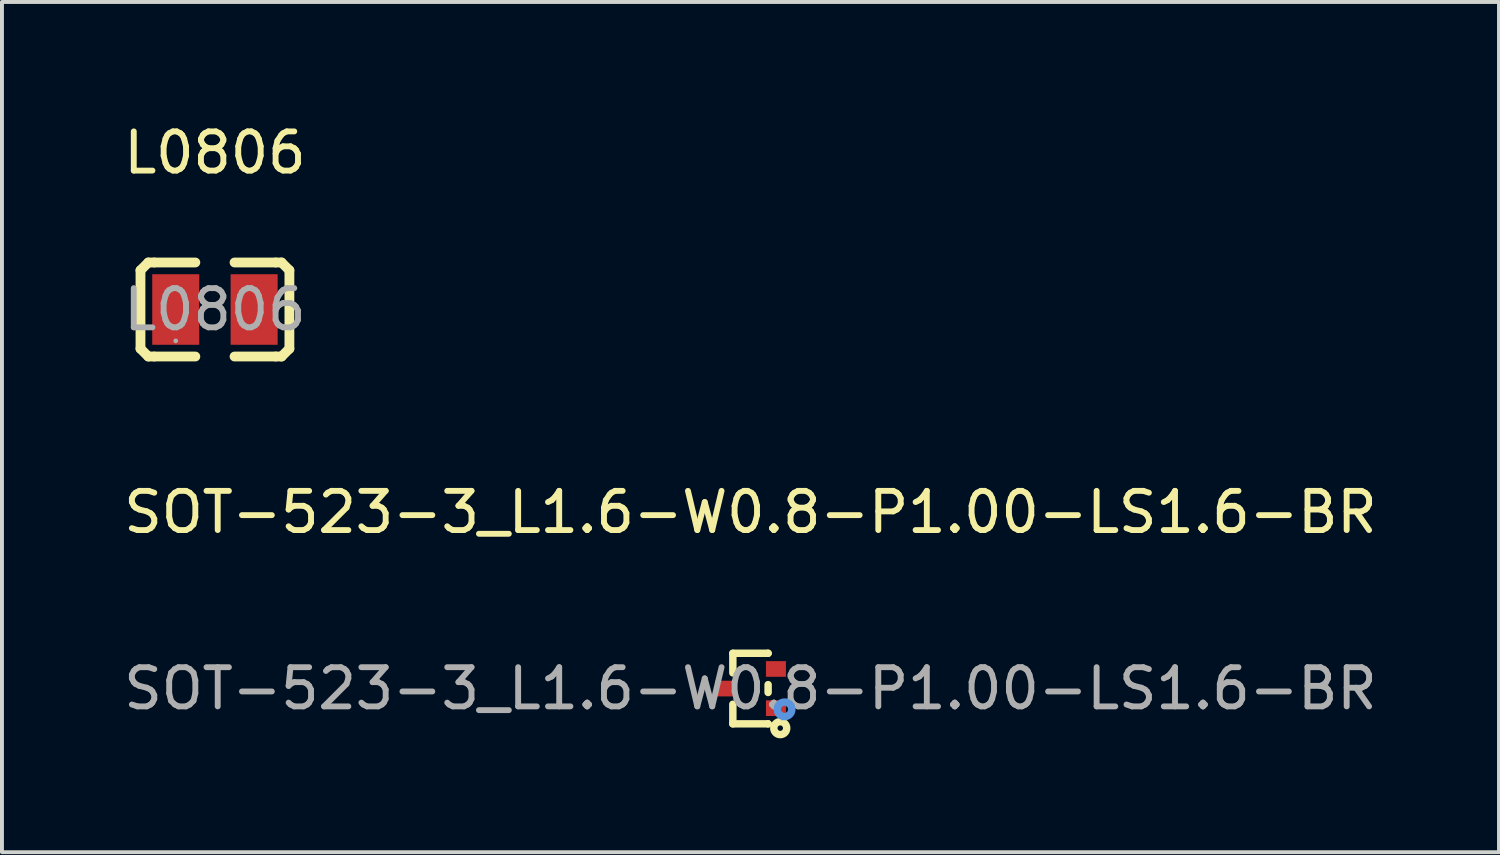
<source format=kicad_pcb>
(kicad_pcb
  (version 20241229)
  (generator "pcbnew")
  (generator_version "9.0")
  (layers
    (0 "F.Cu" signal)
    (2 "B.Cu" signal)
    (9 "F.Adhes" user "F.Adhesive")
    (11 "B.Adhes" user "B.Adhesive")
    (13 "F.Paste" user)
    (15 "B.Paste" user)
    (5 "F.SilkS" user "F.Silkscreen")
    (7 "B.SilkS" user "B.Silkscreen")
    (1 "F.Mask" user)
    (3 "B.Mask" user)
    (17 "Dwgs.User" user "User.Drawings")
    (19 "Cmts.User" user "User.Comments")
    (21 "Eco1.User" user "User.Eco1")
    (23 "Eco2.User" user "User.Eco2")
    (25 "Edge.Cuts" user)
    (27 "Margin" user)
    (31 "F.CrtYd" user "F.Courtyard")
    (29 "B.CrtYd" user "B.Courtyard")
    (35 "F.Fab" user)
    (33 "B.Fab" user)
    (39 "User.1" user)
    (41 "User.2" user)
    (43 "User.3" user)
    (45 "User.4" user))
  (footprint "SOT-523-3_L1.6-W0.8-P1.00-LS1.6-BR"
    (layer "F.Cu")
    (at 16.101 14.521)
    (property "Reference" "SOT-523-3_L1.6-W0.8-P1.00-LS1.6-BR" (at 0 -4.5 0) (layer "F.SilkS") (effects (font (size 1 1) (thickness 0.15))))
    (attr smd)
    (fp_line (start -0.45 -0.9) (end 0.45 -0.9) (stroke (width 0.19) (type solid)) (layer "F.SilkS"))
    (fp_line (start -0.45 -0.4) (end -0.45 -0.9) (stroke (width 0.19) (type solid)) (layer "F.SilkS"))
    (fp_line (start -0.45 0.9) (end -0.45 0.4) (stroke (width 0.19) (type solid)) (layer "F.SilkS"))
    (fp_line (start -0.45 0.9) (end 0.45 0.9) (stroke (width 0.19) (type solid)) (layer "F.SilkS"))
    (fp_line (start 0.45 -0.9) (end 0.45 -0.9) (stroke (width 0.19) (type solid)) (layer "F.SilkS"))
    (fp_line (start 0.45 0.1) (end 0.45 -0.1) (stroke (width 0.19) (type solid)) (layer "F.SilkS"))
    (fp_line (start 0.45 0.9) (end 0.45 0.9) (stroke (width 0.19) (type solid)) (layer "F.SilkS"))
    (fp_circle (center 0.76 1.01) (end 0.83 1.01) (stroke (width 0.19) (type solid)) (fill no) (layer "F.SilkS"))
    (fp_circle (center 0.87 0.53) (end 0.96 0.53) (stroke (width 0.19) (type solid)) (fill no) (layer "Cmts.User"))
    (fp_circle (center 0.8 0.8) (end 0.81 0.8) (stroke (width 0.02) (type solid)) (fill no) (layer "F.Fab"))
    (fp_text user "${REFERENCE}" (at 0 0 0) (layer "F.Fab") (effects (font (size 1 1) (thickness 0.15))))
    (pad "1" smd rect (at 0.65 0.5 90) (size 0.4 0.51) (layers "F.Cu" "F.Mask" "F.Paste"))
    (pad "2" smd rect (at 0.65 -0.5 90) (size 0.4 0.51) (layers "F.Cu" "F.Mask" "F.Paste"))
    (pad "3" smd rect (at -0.65 0 90) (size 0.4 0.51) (layers "F.Cu" "F.Mask" "F.Paste")))
  (footprint "L0806"
    (layer "F.Cu")
    (at 2.435 4.848)
    (property "Reference" "L0806" (at 0 -4 0) (layer "F.SilkS") (effects (font (size 1 1) (thickness 0.15))))
    (attr through_hole)
    (fp_line (start -1.9 -1) (end -1.9 1) (stroke (width 0.25) (type solid)) (layer "F.SilkS"))
    (fp_line (start -1.7 -1.2) (end -1.9 -1) (stroke (width 0.25) (type solid)) (layer "F.SilkS"))
    (fp_line (start -1.7 1.2) (end -1.9 1) (stroke (width 0.25) (type solid)) (layer "F.SilkS"))
    (fp_line (start -1.55 -1.2) (end -1.7 -1.2) (stroke (width 0.25) (type solid)) (layer "F.SilkS"))
    (fp_line (start -1.55 1.2) (end -1.7 1.2) (stroke (width 0.25) (type solid)) (layer "F.SilkS"))
    (fp_line (start -0.5 -1.2) (end -1.55 -1.2) (stroke (width 0.25) (type solid)) (layer "F.SilkS"))
    (fp_line (start -0.5 1.2) (end -1.55 1.2) (stroke (width 0.25) (type solid)) (layer "F.SilkS"))
    (fp_line (start 0.5 -1.2) (end 1.55 -1.2) (stroke (width 0.25) (type solid)) (layer "F.SilkS"))
    (fp_line (start 0.5 1.2) (end 1.55 1.2) (stroke (width 0.25) (type solid)) (layer "F.SilkS"))
    (fp_line (start 1.55 -1.2) (end 1.7 -1.2) (stroke (width 0.25) (type solid)) (layer "F.SilkS"))
    (fp_line (start 1.55 1.2) (end 1.7 1.2) (stroke (width 0.25) (type solid)) (layer "F.SilkS"))
    (fp_line (start 1.7 -1.2) (end 1.9 -1) (stroke (width 0.25) (type solid)) (layer "F.SilkS"))
    (fp_line (start 1.7 1.2) (end 1.9 1) (stroke (width 0.25) (type solid)) (layer "F.SilkS"))
    (fp_line (start 1.9 -1) (end 1.9 1) (stroke (width 0.25) (type solid)) (layer "F.SilkS"))
    (fp_circle (center -1 0.8) (end -0.97 0.8) (stroke (width 0.06) (type solid)) (fill no) (layer "F.Fab"))
    (fp_text user "${REFERENCE}" (at 0 0 0) (layer "F.Fab") (effects (font (size 1 1) (thickness 0.15))))
    (pad "1" smd rect (at -1 0) (size 1.2 1.8) (layers "F.Cu" "F.Mask" "F.Paste"))
    (pad "2" smd rect (at 1 0) (size 1.2 1.8) (layers "F.Cu" "F.Mask" "F.Paste")))
  (gr_rect
    (start -3 -3)
    (end 35.202 18.697)
    (stroke (width 0.1) (type default))
    (fill no)
    (layer "Edge.Cuts")))
</source>
